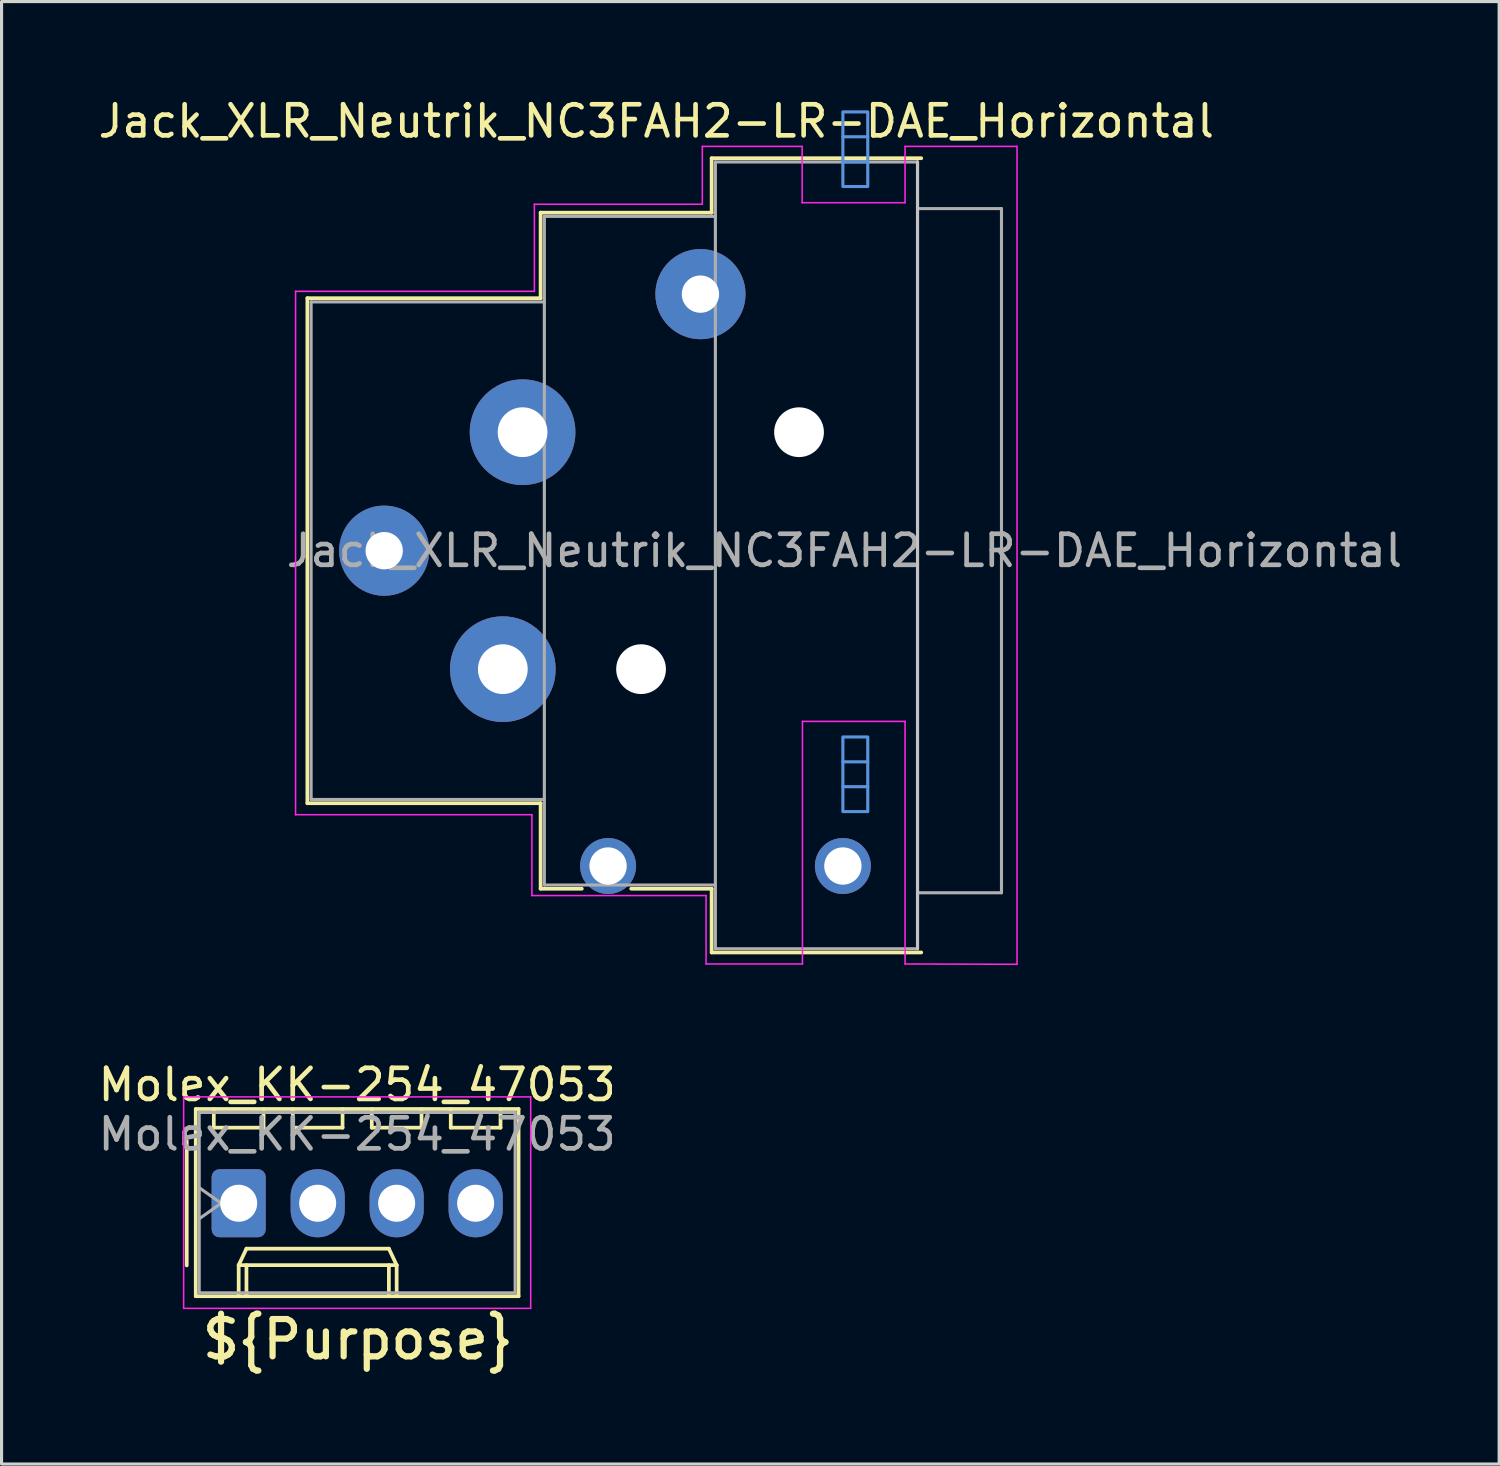
<source format=kicad_pcb>
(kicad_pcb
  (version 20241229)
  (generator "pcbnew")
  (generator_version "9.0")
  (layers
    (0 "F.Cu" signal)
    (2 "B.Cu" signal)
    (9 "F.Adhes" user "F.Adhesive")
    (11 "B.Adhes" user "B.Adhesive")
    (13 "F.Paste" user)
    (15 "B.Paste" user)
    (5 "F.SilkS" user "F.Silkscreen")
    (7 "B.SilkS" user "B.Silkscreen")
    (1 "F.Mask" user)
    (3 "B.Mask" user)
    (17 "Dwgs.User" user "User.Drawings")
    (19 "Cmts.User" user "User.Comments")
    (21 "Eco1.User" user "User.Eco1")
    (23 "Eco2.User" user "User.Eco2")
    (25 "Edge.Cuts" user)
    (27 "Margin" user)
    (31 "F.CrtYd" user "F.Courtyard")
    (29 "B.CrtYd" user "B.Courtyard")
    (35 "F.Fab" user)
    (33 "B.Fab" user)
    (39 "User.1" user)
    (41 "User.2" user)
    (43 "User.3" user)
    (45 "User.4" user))
  (footprint "Jack_XLR_Neutrik_NC3FAH2-LR-DAE_Horizontal"
    (layer "F.Cu")
    (at 13.754 10.848)
    (property "Reference" "Jack_XLR_Neutrik_NC3FAH2-LR-DAE_Horizontal" (at 4.3 -10 0) (layer "F.SilkS") (effects (font (size 1 1) (thickness 0.15))))
    (attr through_hole)
    (fp_line (start -6.92 -4.31) (end -6.92 11.93) (stroke (width 0.12) (type solid)) (layer "F.SilkS"))
    (fp_line (start 0.58 -7.06) (end 0.58 -4.31) (stroke (width 0.12) (type solid)) (layer "F.SilkS"))
    (fp_line (start 0.58 -4.31) (end -6.92 -4.31) (stroke (width 0.12) (type solid)) (layer "F.SilkS"))
    (fp_line (start 0.58 11.93) (end -6.92 11.93) (stroke (width 0.12) (type solid)) (layer "F.SilkS"))
    (fp_line (start 0.58 11.93) (end 0.58 14.68) (stroke (width 0.12) (type solid)) (layer "F.SilkS"))
    (fp_line (start 1.905 14.68) (end 0.58 14.68) (stroke (width 0.12) (type solid)) (layer "F.SilkS"))
    (fp_line (start 6.08 -7.06) (end 0.58 -7.06) (stroke (width 0.12) (type solid)) (layer "F.SilkS"))
    (fp_line (start 6.08 -7.06) (end 6.08 -8.81) (stroke (width 0.12) (type solid)) (layer "F.SilkS"))
    (fp_line (start 6.08 14.68) (end 3.493 14.68) (stroke (width 0.12) (type solid)) (layer "F.SilkS"))
    (fp_line (start 6.08 16.73) (end 6.08 14.68) (stroke (width 0.12) (type solid)) (layer "F.SilkS"))
    (fp_line (start 12.82 -8.81) (end 6.08 -8.81) (stroke (width 0.12) (type solid)) (layer "F.SilkS"))
    (fp_line (start 12.82 16.73) (end 6.08 16.73) (stroke (width 0.12) (type solid)) (layer "F.SilkS"))
    (fp_line (start 12.7 -8.69) (end 12.7 16.61) (stroke (width 0.1) (type solid)) (layer "Dwgs.User"))
    (fp_line (start 10.3 -9.5) (end 11.1 -9.5) (stroke (width 0.1) (type default)) (layer "Cmts.User"))
    (fp_line (start 10.3 -8.7) (end 11.1 -8.7) (stroke (width 0.1) (type default)) (layer "Cmts.User"))
    (fp_line (start 10.3 10.6) (end 11.1 10.6) (stroke (width 0.1) (type default)) (layer "Cmts.User"))
    (fp_line (start 10.3 11.4) (end 11.1 11.4) (stroke (width 0.1) (type default)) (layer "Cmts.User"))
    (fp_rect (start 10.3 -10.3) (end 11.1 -7.9) (stroke (width 0.1) (type default)) (fill no) (layer "Cmts.User"))
    (fp_rect (start 10.3 9.8) (end 11.1 12.2) (stroke (width 0.1) (type default)) (fill no) (layer "Cmts.User"))
    (fp_line (start -7.3 12.3) (end -7.3 -4.53) (stroke (width 0.05) (type default)) (layer "F.CrtYd"))
    (fp_line (start -7.3 12.3) (end 0.3 12.3) (stroke (width 0.05) (type default)) (layer "F.CrtYd"))
    (fp_line (start 0.3 12.3) (end 0.3 14.9) (stroke (width 0.05) (type default)) (layer "F.CrtYd"))
    (fp_line (start 0.3 14.9) (end 5.9 14.9) (stroke (width 0.05) (type default)) (layer "F.CrtYd"))
    (fp_line (start 0.38 -7.33) (end 0.38 -4.53) (stroke (width 0.05) (type default)) (layer "F.CrtYd"))
    (fp_line (start 0.38 -4.53) (end -7.3 -4.53) (stroke (width 0.05) (type default)) (layer "F.CrtYd"))
    (fp_line (start 5.78 -9.19) (end 5.78 -7.33) (stroke (width 0.05) (type default)) (layer "F.CrtYd"))
    (fp_line (start 5.78 -7.33) (end 0.38 -7.33) (stroke (width 0.05) (type default)) (layer "F.CrtYd"))
    (fp_line (start 5.9 14.9) (end 5.9 17.1) (stroke (width 0.05) (type default)) (layer "F.CrtYd"))
    (fp_line (start 5.9 17.1) (end 9 17.1) (stroke (width 0.05) (type default)) (layer "F.CrtYd"))
    (fp_line (start 8.99 -9.19) (end 5.78 -9.19) (stroke (width 0.05) (type default)) (layer "F.CrtYd"))
    (fp_line (start 8.99 -7.38) (end 8.99 -9.19) (stroke (width 0.05) (type default)) (layer "F.CrtYd"))
    (fp_line (start 9 9.3) (end 12.3 9.3) (stroke (width 0.05) (type default)) (layer "F.CrtYd"))
    (fp_line (start 9 17.1) (end 9 9.3) (stroke (width 0.05) (type default)) (layer "F.CrtYd"))
    (fp_line (start 12.3 -9.19) (end 12.3 -7.38) (stroke (width 0.05) (type default)) (layer "F.CrtYd"))
    (fp_line (start 12.3 -7.38) (end 8.99 -7.38) (stroke (width 0.05) (type default)) (layer "F.CrtYd"))
    (fp_line (start 12.3 9.3) (end 12.3 17.1) (stroke (width 0.05) (type default)) (layer "F.CrtYd"))
    (fp_line (start 12.3 17.1) (end 15.9 17.11) (stroke (width 0.05) (type default)) (layer "F.CrtYd"))
    (fp_line (start 15.9 -9.19) (end 12.3 -9.19) (stroke (width 0.05) (type default)) (layer "F.CrtYd"))
    (fp_line (start 15.9 -9.19) (end 15.9 17.11) (stroke (width 0.05) (type solid)) (layer "F.CrtYd"))
    (fp_line (start -6.8 -4.19) (end -6.8 11.81) (stroke (width 0.1) (type solid)) (layer "F.Fab"))
    (fp_line (start -6.8 11.81) (end 0.7 11.81) (stroke (width 0.1) (type solid)) (layer "F.Fab"))
    (fp_line (start 0.7 -6.94) (end 0.7 14.56) (stroke (width 0.1) (type solid)) (layer "F.Fab"))
    (fp_line (start 0.7 -4.19) (end -6.8 -4.19) (stroke (width 0.1) (type solid)) (layer "F.Fab"))
    (fp_line (start 0.7 14.56) (end 6.2 14.56) (stroke (width 0.1) (type solid)) (layer "F.Fab"))
    (fp_line (start 6.2 -8.69) (end 12.7 -8.69) (stroke (width 0.1) (type solid)) (layer "F.Fab"))
    (fp_line (start 6.2 -6.94) (end 0.7 -6.94) (stroke (width 0.1) (type solid)) (layer "F.Fab"))
    (fp_line (start 6.2 16.61) (end 6.2 -8.69) (stroke (width 0.1) (type solid)) (layer "F.Fab"))
    (fp_line (start 12.7 -8.69) (end 12.7 16.61) (stroke (width 0.1) (type solid)) (layer "F.Fab"))
    (fp_line (start 12.7 -7.19) (end 15.4 -7.19) (stroke (width 0.1) (type solid)) (layer "F.Fab"))
    (fp_line (start 12.7 16.61) (end 6.2 16.61) (stroke (width 0.1) (type solid)) (layer "F.Fab"))
    (fp_line (start 15.4 -7.19) (end 15.4 14.81) (stroke (width 0.1) (type solid)) (layer "F.Fab"))
    (fp_line (start 15.4 14.81) (end 12.7 14.81) (stroke (width 0.1) (type solid)) (layer "F.Fab"))
    (fp_text user "${REFERENCE}" (at 10.35 3.81 0) (layer "F.Fab") (effects (font (size 1 1) (thickness 0.15))))
    (pad "" np_thru_hole circle (at 3.81 7.62) (size 1.6 1.6) (drill 1.6) (layers "*.Cu" "*.Mask"))
    (pad "" np_thru_hole circle (at 8.89 0) (size 1.6 1.6) (drill 1.6) (layers "*.Cu" "*.Mask"))
    (pad "1" thru_hole circle (at 0 0) (size 3.4 3.4) (drill 1.6) (layers "*.Cu" "*.Mask"))
    (pad "2" thru_hole circle (at -0.635 7.62) (size 3.4 3.4) (drill 1.6) (layers "*.Cu" "*.Mask"))
    (pad "3" thru_hole circle (at -4.45 3.81) (size 2.9 2.9) (drill 1.2) (layers "*.Cu" "*.Mask"))
    (pad "G" thru_hole circle (at 5.72 -4.44) (size 2.9 2.9) (drill 1.2) (layers "*.Cu" "*.Mask"))
    (pad "LG" thru_hole circle (at 2.75 13.95) (size 1.8 1.8) (drill 1.2) (layers "*.Cu" "*.Mask"))
    (pad "LG" thru_hole circle (at 10.3 13.95) (size 1.8 1.8) (drill 1.2) (layers "*.Cu" "*.Mask")))
  (footprint "Molex_KK-254_47053"
    (layer "F.Cu")
    (at 4.625 35.642)
    (property "Reference" "Molex_KK-254_47053" (at 3.81 -3.81 0) (layer "F.SilkS") (effects (font (size 1 1) (thickness 0.15))))
    (attr through_hole)
    (fp_line (start -1.67 -2) (end -1.67 2) (stroke (width 0.12) (type solid)) (layer "F.SilkS"))
    (fp_line (start -1.38 -3.03) (end -1.38 2.99) (stroke (width 0.12) (type solid)) (layer "F.SilkS"))
    (fp_line (start -1.38 2.99) (end 9 2.99) (stroke (width 0.12) (type solid)) (layer "F.SilkS"))
    (fp_line (start -0.8 -3.03) (end -0.8 -2.43) (stroke (width 0.12) (type solid)) (layer "F.SilkS"))
    (fp_line (start -0.8 -2.43) (end 0.8 -2.43) (stroke (width 0.12) (type solid)) (layer "F.SilkS"))
    (fp_line (start 0 1.99) (end 0.25 1.46) (stroke (width 0.12) (type solid)) (layer "F.SilkS"))
    (fp_line (start 0 1.99) (end 5.08 1.99) (stroke (width 0.12) (type solid)) (layer "F.SilkS"))
    (fp_line (start 0 2.99) (end 0 1.99) (stroke (width 0.12) (type solid)) (layer "F.SilkS"))
    (fp_line (start 0.25 1.46) (end 4.83 1.46) (stroke (width 0.12) (type solid)) (layer "F.SilkS"))
    (fp_line (start 0.25 2.99) (end 0.25 1.99) (stroke (width 0.12) (type solid)) (layer "F.SilkS"))
    (fp_line (start 0.8 -2.43) (end 0.8 -3.03) (stroke (width 0.12) (type solid)) (layer "F.SilkS"))
    (fp_line (start 1.74 -3.03) (end 1.74 -2.43) (stroke (width 0.12) (type solid)) (layer "F.SilkS"))
    (fp_line (start 1.74 -2.43) (end 3.34 -2.43) (stroke (width 0.12) (type solid)) (layer "F.SilkS"))
    (fp_line (start 3.34 -2.43) (end 3.34 -3.03) (stroke (width 0.12) (type solid)) (layer "F.SilkS"))
    (fp_line (start 4.28 -3.03) (end 4.28 -2.43) (stroke (width 0.12) (type solid)) (layer "F.SilkS"))
    (fp_line (start 4.28 -2.43) (end 5.88 -2.43) (stroke (width 0.12) (type solid)) (layer "F.SilkS"))
    (fp_line (start 4.83 1.46) (end 5.08 1.99) (stroke (width 0.12) (type solid)) (layer "F.SilkS"))
    (fp_line (start 4.83 2.99) (end 4.83 1.99) (stroke (width 0.12) (type solid)) (layer "F.SilkS"))
    (fp_line (start 5.08 1.99) (end 5.08 2.99) (stroke (width 0.12) (type solid)) (layer "F.SilkS"))
    (fp_line (start 5.88 -2.43) (end 5.88 -3.03) (stroke (width 0.12) (type solid)) (layer "F.SilkS"))
    (fp_line (start 6.82 -3.03) (end 6.82 -2.43) (stroke (width 0.12) (type solid)) (layer "F.SilkS"))
    (fp_line (start 6.82 -2.43) (end 8.42 -2.43) (stroke (width 0.12) (type solid)) (layer "F.SilkS"))
    (fp_line (start 8.42 -2.43) (end 8.42 -3.03) (stroke (width 0.12) (type solid)) (layer "F.SilkS"))
    (fp_line (start 9 -3.03) (end -1.38 -3.03) (stroke (width 0.12) (type solid)) (layer "F.SilkS"))
    (fp_line (start 9 2.99) (end 9 -3.03) (stroke (width 0.12) (type solid)) (layer "F.SilkS"))
    (fp_line (start -1.77 -3.42) (end -1.77 3.38) (stroke (width 0.05) (type solid)) (layer "F.CrtYd"))
    (fp_line (start -1.77 3.38) (end 9.39 3.38) (stroke (width 0.05) (type solid)) (layer "F.CrtYd"))
    (fp_line (start 9.39 -3.42) (end -1.77 -3.42) (stroke (width 0.05) (type solid)) (layer "F.CrtYd"))
    (fp_line (start 9.39 3.38) (end 9.39 -3.42) (stroke (width 0.05) (type solid)) (layer "F.CrtYd"))
    (fp_line (start -1.27 -2.92) (end -1.27 2.88) (stroke (width 0.1) (type solid)) (layer "F.Fab"))
    (fp_line (start -1.27 -0.5) (end -0.563 0) (stroke (width 0.1) (type solid)) (layer "F.Fab"))
    (fp_line (start -1.27 2.88) (end 8.89 2.88) (stroke (width 0.1) (type solid)) (layer "F.Fab"))
    (fp_line (start -0.563 0) (end -1.27 0.5) (stroke (width 0.1) (type solid)) (layer "F.Fab"))
    (fp_line (start 8.89 -2.92) (end -1.27 -2.92) (stroke (width 0.1) (type solid)) (layer "F.Fab"))
    (fp_line (start 8.89 2.88) (end 8.89 -2.92) (stroke (width 0.1) (type solid)) (layer "F.Fab"))
    (fp_text user "${Purpose}" (at -1.27 5.08 0) (unlocked yes) (layer "F.SilkS") (effects (font (size 1.2 1.2) (thickness 0.2) (bold yes)) (justify left bottom)))
    (fp_text user "${REFERENCE}" (at 3.81 -2.22 0) (layer "F.Fab") (effects (font (size 1 1) (thickness 0.15))))
    (pad "1" thru_hole roundrect (at 0 0) (size 1.74 2.19) (drill 1.19) (layers "*.Cu" "*.Mask") (roundrect_rratio 0.144))
    (pad "2" thru_hole oval (at 2.54 0) (size 1.74 2.19) (drill 1.19) (layers "*.Cu" "*.Mask"))
    (pad "3" thru_hole oval (at 5.08 0) (size 1.74 2.19) (drill 1.19) (layers "*.Cu" "*.Mask"))
    (pad "4" thru_hole oval (at 7.62 0) (size 1.74 2.19) (drill 1.19) (layers "*.Cu" "*.Mask")))
  (gr_rect
    (start -3 -3)
    (end 45.157 44.028)
    (stroke (width 0.1) (type default))
    (fill no)
    (layer "Edge.Cuts")))
</source>
